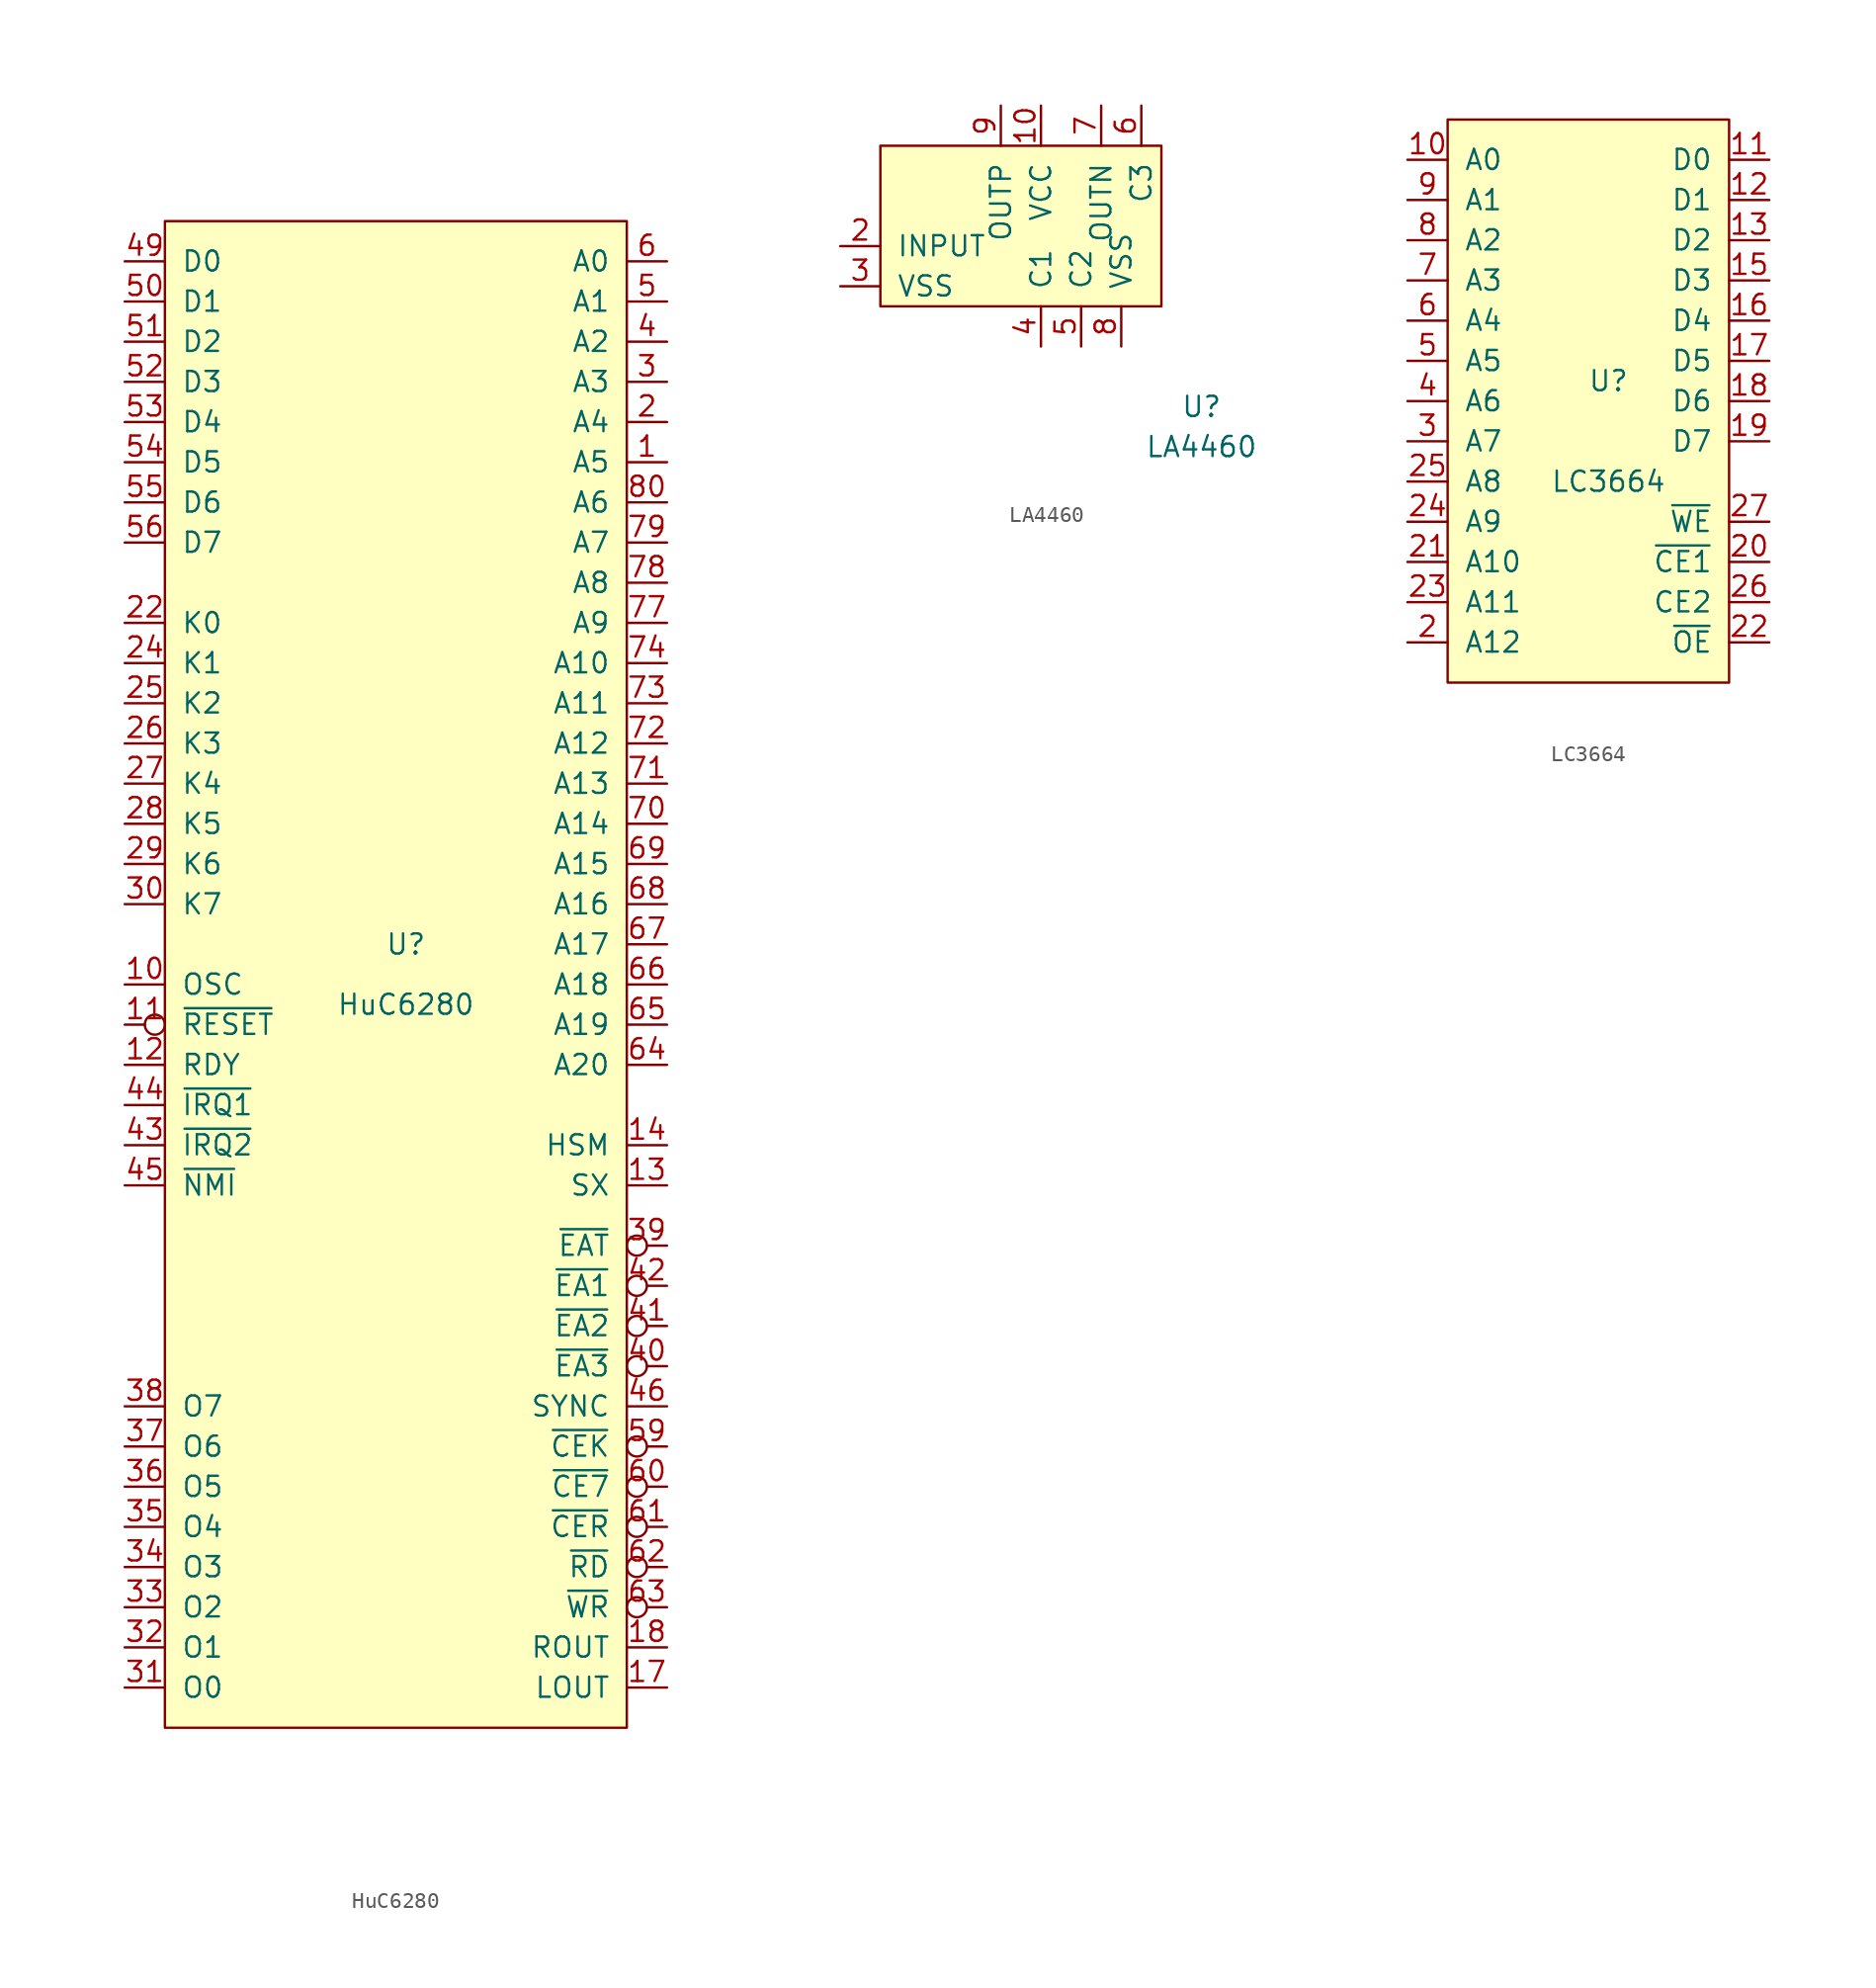
<source format=kicad_sym>
(kicad_symbol_lib
  (version 20211014)
  (generator kicad_symbol_editor)
  (symbol "HuC6280"
    (pin_names
      (offset 1.016))
    (property "Reference" "U"
      (at 0 2.54 0)
      (effects (font (size 1.27 1.27))))
    (property "Value" "HuC6280"
      (at 0 -1.27 0)
      (effects (font (size 1.27 1.27))))
    (symbol "HuC6280_0_1"
      (rectangle (start -15.24 48.26) (end 13.97 -46.99) (stroke (width 0) (type default) (color 0 0 0 0)) (fill (type background))))
    (symbol "HuC6280_1_1"
      (pin output line (at 16.51 33.02 180) (length 2.54) (name "A5" (effects (font (size 1.27 1.27)))) (number "1" (effects (font (size 1.27 1.27)))))
      (pin input line (at -17.78 0 0) (length 2.54) (name "OSC" (effects (font (size 1.27 1.27)))) (number "10" (effects (font (size 1.27 1.27)))))
      (pin input inverted (at -17.78 -2.54 0) (length 2.54) (name "~{RESET}" (effects (font (size 1.27 1.27)))) (number "11" (effects (font (size 1.27 1.27)))))
      (pin input line (at -17.78 -5.08 0) (length 2.54) (name "RDY" (effects (font (size 1.27 1.27)))) (number "12" (effects (font (size 1.27 1.27)))))
      (pin output line (at 16.51 -12.7 180) (length 2.54) (name "SX" (effects (font (size 1.27 1.27)))) (number "13" (effects (font (size 1.27 1.27)))))
      (pin output line (at 16.51 -10.16 180) (length 2.54) (name "HSM" (effects (font (size 1.27 1.27)))) (number "14" (effects (font (size 1.27 1.27)))))
      (pin power_in line (at -5.08 48.26 270) (length 2.54) hide (name "VPPD" (effects (font (size 1.27 1.27)))) (number "15" (effects (font (size 1.27 1.27)))))
      (pin power_in line (at 1.27 -46.99 90) (length 2.54) hide (name "GND5" (effects (font (size 1.27 1.27)))) (number "16" (effects (font (size 1.27 1.27)))))
      (pin output line (at 16.51 -44.45 180) (length 2.54) (name "LOUT" (effects (font (size 1.27 1.27)))) (number "17" (effects (font (size 1.27 1.27)))))
      (pin output line (at 16.51 -41.91 180) (length 2.54) (name "ROUT" (effects (font (size 1.27 1.27)))) (number "18" (effects (font (size 1.27 1.27)))))
      (pin power_in line (at -7.62 48.26 270) (length 2.54) hide (name "VPPA" (effects (font (size 1.27 1.27)))) (number "19" (effects (font (size 1.27 1.27)))))
      (pin output line (at 16.51 35.56 180) (length 2.54) (name "A4" (effects (font (size 1.27 1.27)))) (number "2" (effects (font (size 1.27 1.27)))))
      (pin power_in line (at 3.81 -46.99 90) (length 2.54) hide (name "GND_AUDIO" (effects (font (size 1.27 1.27)))) (number "20" (effects (font (size 1.27 1.27)))))
      (pin power_in line (at 6.35 -46.99 90) (length 2.54) hide (name "GNDA" (effects (font (size 1.27 1.27)))) (number "21" (effects (font (size 1.27 1.27)))))
      (pin input line (at -17.78 22.86 0) (length 2.54) (name "K0" (effects (font (size 1.27 1.27)))) (number "22" (effects (font (size 1.27 1.27)))))
      (pin input line (at -17.78 20.32 0) (length 2.54) (name "K1" (effects (font (size 1.27 1.27)))) (number "24" (effects (font (size 1.27 1.27)))))
      (pin input line (at -17.78 17.78 0) (length 2.54) (name "K2" (effects (font (size 1.27 1.27)))) (number "25" (effects (font (size 1.27 1.27)))))
      (pin input line (at -17.78 15.24 0) (length 2.54) (name "K3" (effects (font (size 1.27 1.27)))) (number "26" (effects (font (size 1.27 1.27)))))
      (pin input line (at -17.78 12.7 0) (length 2.54) (name "K4" (effects (font (size 1.27 1.27)))) (number "27" (effects (font (size 1.27 1.27)))))
      (pin input line (at -17.78 10.16 0) (length 2.54) (name "K5" (effects (font (size 1.27 1.27)))) (number "28" (effects (font (size 1.27 1.27)))))
      (pin input line (at -17.78 7.62 0) (length 2.54) (name "K6" (effects (font (size 1.27 1.27)))) (number "29" (effects (font (size 1.27 1.27)))))
      (pin output line (at 16.51 38.1 180) (length 2.54) (name "A3" (effects (font (size 1.27 1.27)))) (number "3" (effects (font (size 1.27 1.27)))))
      (pin input line (at -17.78 5.08 0) (length 2.54) (name "K7" (effects (font (size 1.27 1.27)))) (number "30" (effects (font (size 1.27 1.27)))))
      (pin output line (at -17.78 -44.45 0) (length 2.54) (name "O0" (effects (font (size 1.27 1.27)))) (number "31" (effects (font (size 1.27 1.27)))))
      (pin output line (at -17.78 -41.91 0) (length 2.54) (name "O1" (effects (font (size 1.27 1.27)))) (number "32" (effects (font (size 1.27 1.27)))))
      (pin output line (at -17.78 -39.37 0) (length 2.54) (name "O2" (effects (font (size 1.27 1.27)))) (number "33" (effects (font (size 1.27 1.27)))))
      (pin output line (at -17.78 -36.83 0) (length 2.54) (name "O3" (effects (font (size 1.27 1.27)))) (number "34" (effects (font (size 1.27 1.27)))))
      (pin output line (at -17.78 -34.29 0) (length 2.54) (name "O4" (effects (font (size 1.27 1.27)))) (number "35" (effects (font (size 1.27 1.27)))))
      (pin output line (at -17.78 -31.75 0) (length 2.54) (name "O5" (effects (font (size 1.27 1.27)))) (number "36" (effects (font (size 1.27 1.27)))))
      (pin output line (at -17.78 -29.21 0) (length 2.54) (name "O6" (effects (font (size 1.27 1.27)))) (number "37" (effects (font (size 1.27 1.27)))))
      (pin output line (at -17.78 -26.67 0) (length 2.54) (name "O7" (effects (font (size 1.27 1.27)))) (number "38" (effects (font (size 1.27 1.27)))))
      (pin output inverted (at 16.51 -16.51 180) (length 2.54) (name "~{EAT}" (effects (font (size 1.27 1.27)))) (number "39" (effects (font (size 1.27 1.27)))))
      (pin output line (at 16.51 40.64 180) (length 2.54) (name "A2" (effects (font (size 1.27 1.27)))) (number "4" (effects (font (size 1.27 1.27)))))
      (pin output inverted (at 16.51 -24.13 180) (length 2.54) (name "~{EA3}" (effects (font (size 1.27 1.27)))) (number "40" (effects (font (size 1.27 1.27)))))
      (pin output inverted (at 16.51 -21.59 180) (length 2.54) (name "~{EA2}" (effects (font (size 1.27 1.27)))) (number "41" (effects (font (size 1.27 1.27)))))
      (pin output inverted (at 16.51 -19.05 180) (length 2.54) (name "~{EA1}" (effects (font (size 1.27 1.27)))) (number "42" (effects (font (size 1.27 1.27)))))
      (pin input line (at -17.78 -10.16 0) (length 2.54) (name "~{IRQ2}" (effects (font (size 1.27 1.27)))) (number "43" (effects (font (size 1.27 1.27)))))
      (pin input line (at -17.78 -7.62 0) (length 2.54) (name "~{IRQ1}" (effects (font (size 1.27 1.27)))) (number "44" (effects (font (size 1.27 1.27)))))
      (pin input line (at -17.78 -12.7 0) (length 2.54) (name "~{NMI}" (effects (font (size 1.27 1.27)))) (number "45" (effects (font (size 1.27 1.27)))))
      (pin output line (at 16.51 -26.67 180) (length 2.54) (name "SYNC" (effects (font (size 1.27 1.27)))) (number "46" (effects (font (size 1.27 1.27)))))
      (pin power_in line (at -2.54 48.26 270) (length 2.54) hide (name "VDD" (effects (font (size 1.27 1.27)))) (number "47" (effects (font (size 1.27 1.27)))))
      (pin power_in line (at -1.27 -46.99 90) (length 2.54) hide (name "GND4" (effects (font (size 1.27 1.27)))) (number "48" (effects (font (size 1.27 1.27)))))
      (pin bidirectional line (at -17.78 45.72 0) (length 2.54) (name "D0" (effects (font (size 1.27 1.27)))) (number "49" (effects (font (size 1.27 1.27)))))
      (pin output line (at 16.51 43.18 180) (length 2.54) (name "A1" (effects (font (size 1.27 1.27)))) (number "5" (effects (font (size 1.27 1.27)))))
      (pin bidirectional line (at -17.78 43.18 0) (length 2.54) (name "D1" (effects (font (size 1.27 1.27)))) (number "50" (effects (font (size 1.27 1.27)))))
      (pin bidirectional line (at -17.78 40.64 0) (length 2.54) (name "D2" (effects (font (size 1.27 1.27)))) (number "51" (effects (font (size 1.27 1.27)))))
      (pin bidirectional line (at -17.78 38.1 0) (length 2.54) (name "D3" (effects (font (size 1.27 1.27)))) (number "52" (effects (font (size 1.27 1.27)))))
      (pin bidirectional line (at -17.78 35.56 0) (length 2.54) (name "D4" (effects (font (size 1.27 1.27)))) (number "53" (effects (font (size 1.27 1.27)))))
      (pin bidirectional line (at -17.78 33.02 0) (length 2.54) (name "D5" (effects (font (size 1.27 1.27)))) (number "54" (effects (font (size 1.27 1.27)))))
      (pin bidirectional line (at -17.78 30.48 0) (length 2.54) (name "D6" (effects (font (size 1.27 1.27)))) (number "55" (effects (font (size 1.27 1.27)))))
      (pin bidirectional line (at -17.78 27.94 0) (length 2.54) (name "D7" (effects (font (size 1.27 1.27)))) (number "56" (effects (font (size 1.27 1.27)))))
      (pin power_in line (at 0 48.26 270) (length 2.54) hide (name "VCC" (effects (font (size 1.27 1.27)))) (number "57" (effects (font (size 1.27 1.27)))))
      (pin power_in line (at -3.81 -46.99 90) (length 2.54) hide (name "GND3" (effects (font (size 1.27 1.27)))) (number "58" (effects (font (size 1.27 1.27)))))
      (pin output inverted (at 16.51 -29.21 180) (length 2.54) (name "~{CEK}" (effects (font (size 1.27 1.27)))) (number "59" (effects (font (size 1.27 1.27)))))
      (pin output line (at 16.51 45.72 180) (length 2.54) (name "A0" (effects (font (size 1.27 1.27)))) (number "6" (effects (font (size 1.27 1.27)))))
      (pin output inverted (at 16.51 -31.75 180) (length 2.54) (name "~{CE7}" (effects (font (size 1.27 1.27)))) (number "60" (effects (font (size 1.27 1.27)))))
      (pin output inverted (at 16.51 -34.29 180) (length 2.54) (name "~{CER}" (effects (font (size 1.27 1.27)))) (number "61" (effects (font (size 1.27 1.27)))))
      (pin output inverted (at 16.51 -36.83 180) (length 2.54) (name "~{RD}" (effects (font (size 1.27 1.27)))) (number "62" (effects (font (size 1.27 1.27)))))
      (pin output inverted (at 16.51 -39.37 180) (length 2.54) (name "~{WR}" (effects (font (size 1.27 1.27)))) (number "63" (effects (font (size 1.27 1.27)))))
      (pin output line (at 16.51 -5.08 180) (length 2.54) (name "A20" (effects (font (size 1.27 1.27)))) (number "64" (effects (font (size 1.27 1.27)))))
      (pin output line (at 16.51 -2.54 180) (length 2.54) (name "A19" (effects (font (size 1.27 1.27)))) (number "65" (effects (font (size 1.27 1.27)))))
      (pin output line (at 16.51 0 180) (length 2.54) (name "A18" (effects (font (size 1.27 1.27)))) (number "66" (effects (font (size 1.27 1.27)))))
      (pin output line (at 16.51 2.54 180) (length 2.54) (name "A17" (effects (font (size 1.27 1.27)))) (number "67" (effects (font (size 1.27 1.27)))))
      (pin output line (at 16.51 5.08 180) (length 2.54) (name "A16" (effects (font (size 1.27 1.27)))) (number "68" (effects (font (size 1.27 1.27)))))
      (pin output line (at 16.51 7.62 180) (length 2.54) (name "A15" (effects (font (size 1.27 1.27)))) (number "69" (effects (font (size 1.27 1.27)))))
      (pin power_in line (at -8.89 -46.99 90) (length 2.54) hide (name "GND1" (effects (font (size 1.27 1.27)))) (number "7" (effects (font (size 1.27 1.27)))))
      (pin output line (at 16.51 10.16 180) (length 2.54) (name "A14" (effects (font (size 1.27 1.27)))) (number "70" (effects (font (size 1.27 1.27)))))
      (pin output line (at 16.51 12.7 180) (length 2.54) (name "A13" (effects (font (size 1.27 1.27)))) (number "71" (effects (font (size 1.27 1.27)))))
      (pin output line (at 16.51 15.24 180) (length 2.54) (name "A12" (effects (font (size 1.27 1.27)))) (number "72" (effects (font (size 1.27 1.27)))))
      (pin output line (at 16.51 17.78 180) (length 2.54) (name "A11" (effects (font (size 1.27 1.27)))) (number "73" (effects (font (size 1.27 1.27)))))
      (pin output line (at 16.51 20.32 180) (length 2.54) (name "A10" (effects (font (size 1.27 1.27)))) (number "74" (effects (font (size 1.27 1.27)))))
      (pin power_in line (at -6.35 -46.99 90) (length 2.54) hide (name "GND2" (effects (font (size 1.27 1.27)))) (number "75" (effects (font (size 1.27 1.27)))))
      (pin power_in line (at 2.54 48.26 270) (length 2.54) hide (name "VBB" (effects (font (size 1.27 1.27)))) (number "76" (effects (font (size 1.27 1.27)))))
      (pin output line (at 16.51 22.86 180) (length 2.54) (name "A9" (effects (font (size 1.27 1.27)))) (number "77" (effects (font (size 1.27 1.27)))))
      (pin output line (at 16.51 25.4 180) (length 2.54) (name "A8" (effects (font (size 1.27 1.27)))) (number "78" (effects (font (size 1.27 1.27)))))
      (pin output line (at 16.51 27.94 180) (length 2.54) (name "A7" (effects (font (size 1.27 1.27)))) (number "79" (effects (font (size 1.27 1.27)))))
      (pin power_in line (at 5.08 48.26 270) (length 2.54) hide (name "VAA" (effects (font (size 1.27 1.27)))) (number "8" (effects (font (size 1.27 1.27)))))
      (pin output line (at 16.51 30.48 180) (length 2.54) (name "A6" (effects (font (size 1.27 1.27)))) (number "80" (effects (font (size 1.27 1.27)))))))
  (symbol "LA4460"
    (pin_names
      (offset 1.016))
    (property "Reference" "U"
      (at 10.16 -11.43 0)
      (effects (font (size 1.27 1.27))))
    (property "Value" "LA4460"
      (at 10.16 -13.97 0)
      (effects (font (size 1.27 1.27))))
    (symbol "LA4460_0_1"
      (rectangle (start -10.16 5.08) (end 7.62 -5.08) (stroke (width 0) (type default) (color 0 0 0 0)) (fill (type background))))
    (symbol "LA4460_1_1"
      (pin no_connect line (at -8.89 7.62 270) (length 2.54) hide (name "NC" (effects (font (size 1.27 1.27)))) (number "1" (effects (font (size 1.27 1.27)))))
      (pin output line (at 0 7.62 270) (length 2.54) (name "VCC" (effects (font (size 1.27 1.27)))) (number "10" (effects (font (size 1.27 1.27)))))
      (pin input line (at -12.7 -1.27 0) (length 2.54) (name "INPUT" (effects (font (size 1.27 1.27)))) (number "2" (effects (font (size 1.27 1.27)))))
      (pin input line (at -12.7 -3.81 0) (length 2.54) (name "VSS" (effects (font (size 1.27 1.27)))) (number "3" (effects (font (size 1.27 1.27)))))
      (pin input line (at 0 -7.62 90) (length 2.54) (name "C1" (effects (font (size 1.27 1.27)))) (number "4" (effects (font (size 1.27 1.27)))))
      (pin input line (at 2.54 -7.62 90) (length 2.54) (name "C2" (effects (font (size 1.27 1.27)))) (number "5" (effects (font (size 1.27 1.27)))))
      (pin output line (at 6.35 7.62 270) (length 2.54) (name "C3" (effects (font (size 1.27 1.27)))) (number "6" (effects (font (size 1.27 1.27)))))
      (pin output line (at 3.81 7.62 270) (length 2.54) (name "OUTN" (effects (font (size 1.27 1.27)))) (number "7" (effects (font (size 1.27 1.27)))))
      (pin input line (at 5.08 -7.62 90) (length 2.54) (name "VSS" (effects (font (size 1.27 1.27)))) (number "8" (effects (font (size 1.27 1.27)))))
      (pin output line (at -2.54 7.62 270) (length 2.54) (name "OUTP" (effects (font (size 1.27 1.27)))) (number "9" (effects (font (size 1.27 1.27)))))))
  (symbol "LC3664"
    (pin_names
      (offset 1.016))
    (property "Reference" "U"
      (at 1.27 0 0)
      (effects (font (size 1.27 1.27))))
    (property "Value" "LC3664"
      (at 1.27 -6.35 0)
      (effects (font (size 1.27 1.27))))
    (symbol "LC3664_0_1"
      (rectangle (start -8.89 16.51) (end 8.89 -19.05) (stroke (width 0) (type default) (color 0 0 0 0)) (fill (type background))))
    (symbol "LC3664_1_1"
      (pin input line (at -11.43 13.97 0) (length 2.54) (name "A0" (effects (font (size 1.27 1.27)))) (number "10" (effects (font (size 1.27 1.27)))))
      (pin bidirectional line (at 11.43 13.97 180) (length 2.54) (name "D0" (effects (font (size 1.27 1.27)))) (number "11" (effects (font (size 1.27 1.27)))))
      (pin bidirectional line (at 11.43 11.43 180) (length 2.54) (name "D1" (effects (font (size 1.27 1.27)))) (number "12" (effects (font (size 1.27 1.27)))))
      (pin bidirectional line (at 11.43 8.89 180) (length 2.54) (name "D2" (effects (font (size 1.27 1.27)))) (number "13" (effects (font (size 1.27 1.27)))))
      (pin bidirectional line (at 11.43 6.35 180) (length 2.54) (name "D3" (effects (font (size 1.27 1.27)))) (number "15" (effects (font (size 1.27 1.27)))))
      (pin bidirectional line (at 11.43 3.81 180) (length 2.54) (name "D4" (effects (font (size 1.27 1.27)))) (number "16" (effects (font (size 1.27 1.27)))))
      (pin bidirectional line (at 11.43 1.27 180) (length 2.54) (name "D5" (effects (font (size 1.27 1.27)))) (number "17" (effects (font (size 1.27 1.27)))))
      (pin bidirectional line (at 11.43 -1.27 180) (length 2.54) (name "D6" (effects (font (size 1.27 1.27)))) (number "18" (effects (font (size 1.27 1.27)))))
      (pin bidirectional line (at 11.43 -3.81 180) (length 2.54) (name "D7" (effects (font (size 1.27 1.27)))) (number "19" (effects (font (size 1.27 1.27)))))
      (pin input line (at -11.43 -16.51 0) (length 2.54) (name "A12" (effects (font (size 1.27 1.27)))) (number "2" (effects (font (size 1.27 1.27)))))
      (pin input line (at 11.43 -11.43 180) (length 2.54) (name "~{CE1}" (effects (font (size 1.27 1.27)))) (number "20" (effects (font (size 1.27 1.27)))))
      (pin input line (at -11.43 -11.43 0) (length 2.54) (name "A10" (effects (font (size 1.27 1.27)))) (number "21" (effects (font (size 1.27 1.27)))))
      (pin input line (at 11.43 -16.51 180) (length 2.54) (name "~{OE}" (effects (font (size 1.27 1.27)))) (number "22" (effects (font (size 1.27 1.27)))))
      (pin input line (at -11.43 -13.97 0) (length 2.54) (name "A11" (effects (font (size 1.27 1.27)))) (number "23" (effects (font (size 1.27 1.27)))))
      (pin input line (at -11.43 -8.89 0) (length 2.54) (name "A9" (effects (font (size 1.27 1.27)))) (number "24" (effects (font (size 1.27 1.27)))))
      (pin input line (at -11.43 -6.35 0) (length 2.54) (name "A8" (effects (font (size 1.27 1.27)))) (number "25" (effects (font (size 1.27 1.27)))))
      (pin input line (at 11.43 -13.97 180) (length 2.54) (name "CE2" (effects (font (size 1.27 1.27)))) (number "26" (effects (font (size 1.27 1.27)))))
      (pin input line (at 11.43 -8.89 180) (length 2.54) (name "~{WE}" (effects (font (size 1.27 1.27)))) (number "27" (effects (font (size 1.27 1.27)))))
      (pin input line (at -11.43 -3.81 0) (length 2.54) (name "A7" (effects (font (size 1.27 1.27)))) (number "3" (effects (font (size 1.27 1.27)))))
      (pin input line (at -11.43 -1.27 0) (length 2.54) (name "A6" (effects (font (size 1.27 1.27)))) (number "4" (effects (font (size 1.27 1.27)))))
      (pin input line (at -11.43 1.27 0) (length 2.54) (name "A5" (effects (font (size 1.27 1.27)))) (number "5" (effects (font (size 1.27 1.27)))))
      (pin input line (at -11.43 3.81 0) (length 2.54) (name "A4" (effects (font (size 1.27 1.27)))) (number "6" (effects (font (size 1.27 1.27)))))
      (pin input line (at -11.43 6.35 0) (length 2.54) (name "A3" (effects (font (size 1.27 1.27)))) (number "7" (effects (font (size 1.27 1.27)))))
      (pin input line (at -11.43 8.89 0) (length 2.54) (name "A2" (effects (font (size 1.27 1.27)))) (number "8" (effects (font (size 1.27 1.27)))))
      (pin input line (at -11.43 11.43 0) (length 2.54) (name "A1" (effects (font (size 1.27 1.27)))) (number "9" (effects (font (size 1.27 1.27))))))))
</source>
